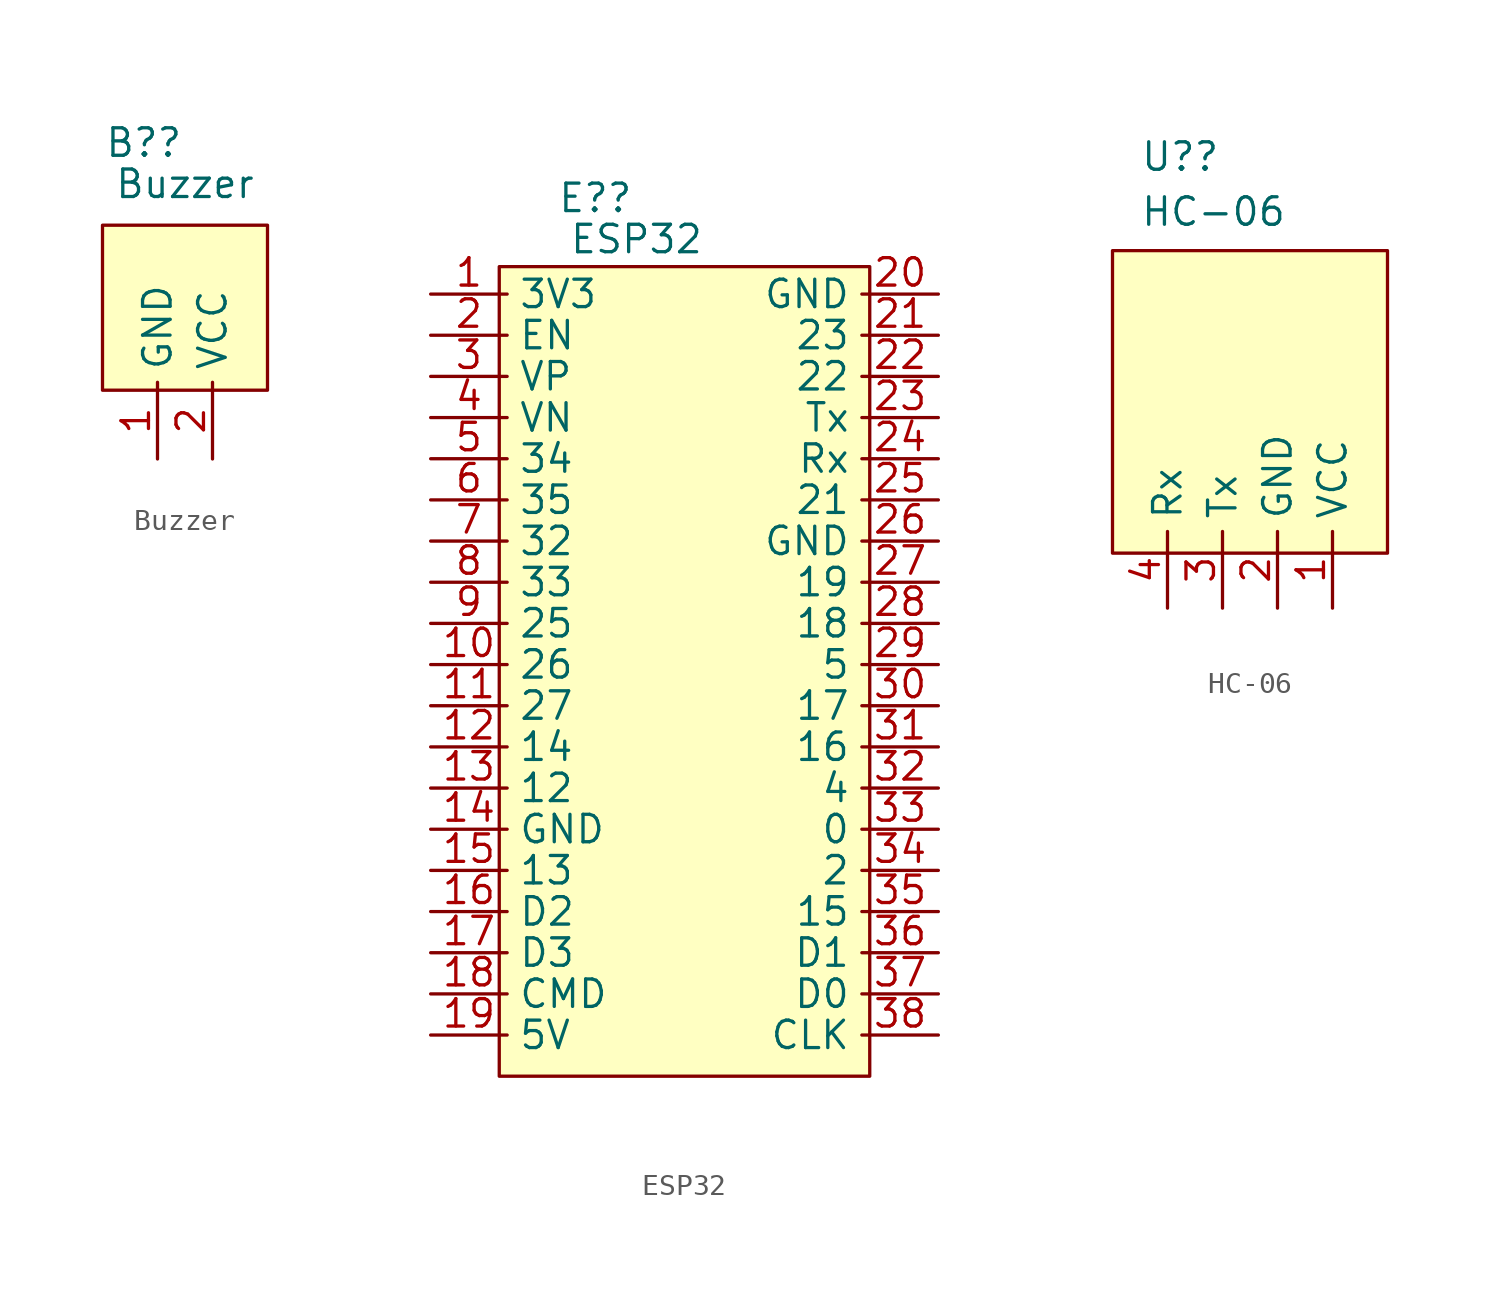
<source format=kicad_sym>
(kicad_symbol_lib
  (version 20211014)
  (generator kicad_symbol_editor)
  (symbol "Buzzer"
    (property "Reference" "B?"
      (at -3.175 12.065 0)
      (effects (font (size 1.27 1.27))))
    (property "Value" "Buzzer"
      (at -1.27 10.16 0)
      (effects (font (size 1.27 1.27))))
    (symbol "Buzzer_0_1"
      (rectangle (start -5.08 8.255) (end 2.54 0.635) (stroke (width 0) (type default) (color 0 0 0 0)) (fill (type background))))
    (symbol "Buzzer_1_1"
      (pin input line (at -2.54 -2.54 90) (length 3.54) (name "GND" (effects (font (size 1.27 1.27)))) (number "1" (effects (font (size 1.27 1.27)))))
      (pin input line (at 0 -2.54 90) (length 3.54) (name "VCC" (effects (font (size 1.27 1.27)))) (number "2" (effects (font (size 1.27 1.27)))))))
  (symbol "ESP32"
    (property "Reference" "E?"
      (at -3.175 11.43 0)
      (effects (font (size 1.27 1.27))))
    (property "Value" "ESP32"
      (at -1.27 9.525 0)
      (effects (font (size 1.27 1.27))))
    (symbol "ESP32_0_1"
      (rectangle (start -7.62 8.255) (end 9.525 -29.21) (stroke (width 0) (type default) (color 0 0 0 0)) (fill (type background))))
    (symbol "ESP32_1_1"
      (pin output line (at -10.795 6.985 0) (length 3.54) (name "3V3" (effects (font (size 1.27 1.27)))) (number "1" (effects (font (size 1.27 1.27)))))
      (pin bidirectional line (at -10.795 -10.16 0) (length 3.54) (name "26" (effects (font (size 1.27 1.27)))) (number "10" (effects (font (size 1.27 1.27)))))
      (pin bidirectional line (at -10.795 -12.065 0) (length 3.54) (name "27" (effects (font (size 1.27 1.27)))) (number "11" (effects (font (size 1.27 1.27)))))
      (pin bidirectional line (at -10.795 -13.97 0) (length 3.54) (name "14" (effects (font (size 1.27 1.27)))) (number "12" (effects (font (size 1.27 1.27)))))
      (pin bidirectional line (at -10.795 -15.875 0) (length 3.54) (name "12" (effects (font (size 1.27 1.27)))) (number "13" (effects (font (size 1.27 1.27)))))
      (pin output line (at -10.795 -17.78 0) (length 3.54) (name "GND" (effects (font (size 1.27 1.27)))) (number "14" (effects (font (size 1.27 1.27)))))
      (pin bidirectional line (at -10.795 -19.685 0) (length 3.54) (name "13" (effects (font (size 1.27 1.27)))) (number "15" (effects (font (size 1.27 1.27)))))
      (pin bidirectional line (at -10.795 -21.59 0) (length 3.54) (name "D2" (effects (font (size 1.27 1.27)))) (number "16" (effects (font (size 1.27 1.27)))))
      (pin bidirectional line (at -10.795 -23.495 0) (length 3.54) (name "D3" (effects (font (size 1.27 1.27)))) (number "17" (effects (font (size 1.27 1.27)))))
      (pin output line (at -10.795 -25.4 0) (length 3.54) (name "CMD" (effects (font (size 1.27 1.27)))) (number "18" (effects (font (size 1.27 1.27)))))
      (pin output line (at -10.795 -27.305 0) (length 3.54) (name "5V" (effects (font (size 1.27 1.27)))) (number "19" (effects (font (size 1.27 1.27)))))
      (pin output line (at -10.795 5.08 0) (length 3.54) (name "EN" (effects (font (size 1.27 1.27)))) (number "2" (effects (font (size 1.27 1.27)))))
      (pin output line (at 12.7 6.985 180) (length 3.54) (name "GND" (effects (font (size 1.27 1.27)))) (number "20" (effects (font (size 1.27 1.27)))))
      (pin bidirectional line (at 12.7 5.08 180) (length 3.54) (name "23" (effects (font (size 1.27 1.27)))) (number "21" (effects (font (size 1.27 1.27)))))
      (pin bidirectional line (at 12.7 3.175 180) (length 3.54) (name "22" (effects (font (size 1.27 1.27)))) (number "22" (effects (font (size 1.27 1.27)))))
      (pin output line (at 12.7 1.27 180) (length 3.54) (name "Tx" (effects (font (size 1.27 1.27)))) (number "23" (effects (font (size 1.27 1.27)))))
      (pin input line (at 12.7 -0.635 180) (length 3.54) (name "Rx" (effects (font (size 1.27 1.27)))) (number "24" (effects (font (size 1.27 1.27)))))
      (pin bidirectional line (at 12.7 -2.54 180) (length 3.54) (name "21" (effects (font (size 1.27 1.27)))) (number "25" (effects (font (size 1.27 1.27)))))
      (pin output line (at 12.7 -4.445 180) (length 3.54) (name "GND" (effects (font (size 1.27 1.27)))) (number "26" (effects (font (size 1.27 1.27)))))
      (pin bidirectional line (at 12.7 -6.35 180) (length 3.54) (name "19" (effects (font (size 1.27 1.27)))) (number "27" (effects (font (size 1.27 1.27)))))
      (pin bidirectional line (at 12.7 -8.255 180) (length 3.54) (name "18" (effects (font (size 1.27 1.27)))) (number "28" (effects (font (size 1.27 1.27)))))
      (pin bidirectional line (at 12.7 -10.16 180) (length 3.54) (name "5" (effects (font (size 1.27 1.27)))) (number "29" (effects (font (size 1.27 1.27)))))
      (pin output line (at -10.795 3.175 0) (length 3.54) (name "VP" (effects (font (size 1.27 1.27)))) (number "3" (effects (font (size 1.27 1.27)))))
      (pin bidirectional line (at 12.7 -12.065 180) (length 3.54) (name "17" (effects (font (size 1.27 1.27)))) (number "30" (effects (font (size 1.27 1.27)))))
      (pin bidirectional line (at 12.7 -13.97 180) (length 3.54) (name "16" (effects (font (size 1.27 1.27)))) (number "31" (effects (font (size 1.27 1.27)))))
      (pin bidirectional line (at 12.7 -15.875 180) (length 3.54) (name "4" (effects (font (size 1.27 1.27)))) (number "32" (effects (font (size 1.27 1.27)))))
      (pin bidirectional line (at 12.7 -17.78 180) (length 3.54) (name "0" (effects (font (size 1.27 1.27)))) (number "33" (effects (font (size 1.27 1.27)))))
      (pin bidirectional line (at 12.7 -19.685 180) (length 3.54) (name "2" (effects (font (size 1.27 1.27)))) (number "34" (effects (font (size 1.27 1.27)))))
      (pin bidirectional line (at 12.7 -21.59 180) (length 3.54) (name "15" (effects (font (size 1.27 1.27)))) (number "35" (effects (font (size 1.27 1.27)))))
      (pin bidirectional line (at 12.7 -23.495 180) (length 3.54) (name "D1" (effects (font (size 1.27 1.27)))) (number "36" (effects (font (size 1.27 1.27)))))
      (pin bidirectional line (at 12.7 -25.4 180) (length 3.54) (name "D0" (effects (font (size 1.27 1.27)))) (number "37" (effects (font (size 1.27 1.27)))))
      (pin output line (at 12.7 -27.305 180) (length 3.54) (name "CLK" (effects (font (size 1.27 1.27)))) (number "38" (effects (font (size 1.27 1.27)))))
      (pin output line (at -10.795 1.27 0) (length 3.54) (name "VN" (effects (font (size 1.27 1.27)))) (number "4" (effects (font (size 1.27 1.27)))))
      (pin bidirectional line (at -10.795 -0.635 0) (length 3.54) (name "34" (effects (font (size 1.27 1.27)))) (number "5" (effects (font (size 1.27 1.27)))))
      (pin bidirectional line (at -10.795 -2.54 0) (length 3.54) (name "35" (effects (font (size 1.27 1.27)))) (number "6" (effects (font (size 1.27 1.27)))))
      (pin bidirectional line (at -10.795 -4.445 0) (length 3.54) (name "32" (effects (font (size 1.27 1.27)))) (number "7" (effects (font (size 1.27 1.27)))))
      (pin bidirectional line (at -10.795 -6.35 0) (length 3.54) (name "33" (effects (font (size 1.27 1.27)))) (number "8" (effects (font (size 1.27 1.27)))))
      (pin bidirectional line (at -10.795 -8.255 0) (length 3.54) (name "25" (effects (font (size 1.27 1.27)))) (number "9" (effects (font (size 1.27 1.27)))))))
  (symbol "HC-06"
    (property "Reference" "U?"
      (at -6.35 16.51 0)
      (effects (font (size 1.27 1.27)) (justify left top)))
    (property "Value" "HC-06"
      (at -6.35 13.97 0)
      (effects (font (size 1.27 1.27)) (justify left top)))
    (symbol "HC-06_0_1"
      (rectangle (start -7.62 11.43) (end 5.08 -2.54) (stroke (width 0) (type default) (color 0 0 0 0)) (fill (type background))))
    (symbol "HC-06_1_1"
      (pin input line (at 2.54 -5.08 90) (length 3.54) (name "VCC" (effects (font (size 1.27 1.27)))) (number "1" (effects (font (size 1.27 1.27)))))
      (pin input line (at 0 -5.08 90) (length 3.54) (name "GND" (effects (font (size 1.27 1.27)))) (number "2" (effects (font (size 1.27 1.27)))))
      (pin output line (at -2.54 -5.08 90) (length 3.54) (name "Tx" (effects (font (size 1.27 1.27)))) (number "3" (effects (font (size 1.27 1.27)))))
      (pin input line (at -5.08 -5.08 90) (length 3.54) (name "Rx" (effects (font (size 1.27 1.27)))) (number "4" (effects (font (size 1.27 1.27))))))))
</source>
